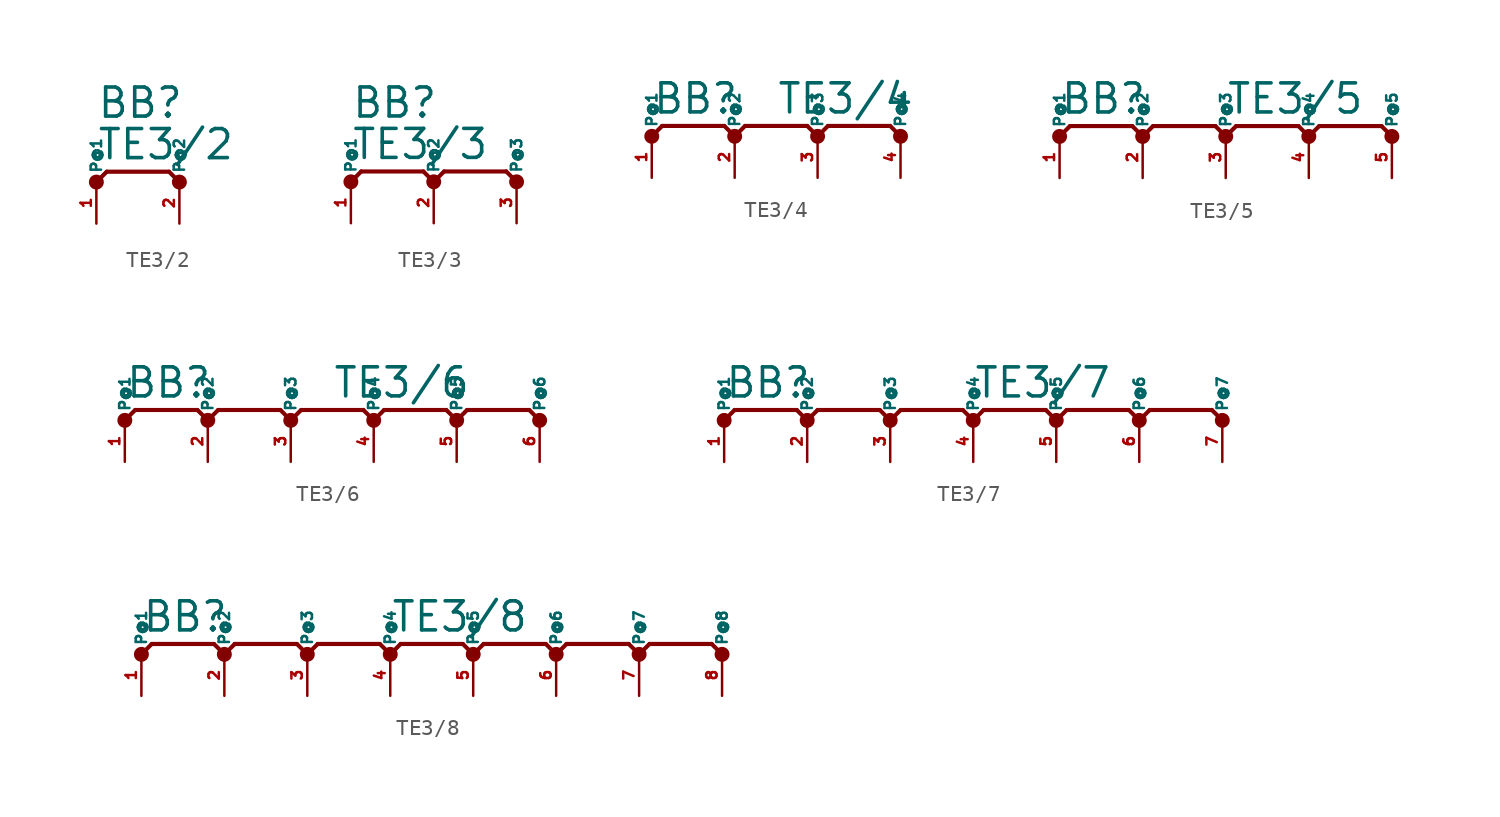
<source format=kicad_sym>
(kicad_symbol_lib
  (version 20220914)
  (generator Eagle2Kicad)
  (symbol "TE3/2"
    (property "Reference" "BB"
      (at -2.54 3.81 0)
      (effects (font (size 1.778 1.778) (thickness 0.22)) (justify left bottom)))
    (property "Value" "TE3/2"
      (at -2.54 1.27 0)
      (effects (font (size 1.778 1.778) (thickness 0.22)) (justify left bottom)))
    (polyline
      (pts (xy 2.54 0) (xy 1.905 0.635))
      (stroke (width 0.254) (type default))
      (fill (type none)))
    (polyline
      (pts (xy 1.905 0.635) (xy -1.905 0.635))
      (stroke (width 0.254) (type default))
      (fill (type none)))
    (polyline
      (pts (xy -1.905 0.635) (xy -2.54 0))
      (stroke (width 0.254) (type default))
      (fill (type none)))
    (circle
      (center -2.54 0)
      (radius 0.254)
      (stroke (width 0.406) (type default))
      (fill (type none)))
    (circle
      (center 2.54 0)
      (radius 0.254)
      (stroke (width 0.406) (type default))
      (fill (type none)))
    (pin passive line
      (at -2.54 -2.54 90)
      (length 2.54)
      (name "P@1" (effects (font (size 0.635 0.635) (thickness 0.08)) (justify left bottom)))
      (number "1" (effects (font (size 0.635 0.635) (thickness 0.08)) (justify left bottom))))
    (pin passive line
      (at 2.54 -2.54 90)
      (length 2.54)
      (name "P@2" (effects (font (size 0.635 0.635) (thickness 0.08)) (justify left bottom)))
      (number "2" (effects (font (size 0.635 0.635) (thickness 0.08)) (justify left bottom)))))
  (symbol "TE3/3"
    (property "Reference" "BB"
      (at -5.08 3.81 0)
      (effects (font (size 1.778 1.778) (thickness 0.22)) (justify left bottom)))
    (property "Value" "TE3/3"
      (at -5.08 1.27 0)
      (effects (font (size 1.778 1.778) (thickness 0.22)) (justify left bottom)))
    (polyline
      (pts (xy 5.08 0) (xy 4.445 0.635))
      (stroke (width 0.254) (type default))
      (fill (type none)))
    (polyline
      (pts (xy 4.445 0.635) (xy 0.635 0.635))
      (stroke (width 0.254) (type default))
      (fill (type none)))
    (polyline
      (pts (xy 0.635 0.635) (xy 0 0))
      (stroke (width 0.254) (type default))
      (fill (type none)))
    (polyline
      (pts (xy 0 0) (xy -0.635 0.635))
      (stroke (width 0.254) (type default))
      (fill (type none)))
    (polyline
      (pts (xy -0.635 0.635) (xy -4.445 0.635))
      (stroke (width 0.254) (type default))
      (fill (type none)))
    (polyline
      (pts (xy -4.445 0.635) (xy -5.08 0))
      (stroke (width 0.254) (type default))
      (fill (type none)))
    (circle
      (center -5.08 0)
      (radius 0.254)
      (stroke (width 0.406) (type default))
      (fill (type none)))
    (circle
      (center 0 0)
      (radius 0.254)
      (stroke (width 0.406) (type default))
      (fill (type none)))
    (circle
      (center 5.08 0)
      (radius 0.254)
      (stroke (width 0.406) (type default))
      (fill (type none)))
    (pin passive line
      (at -5.08 -2.54 90)
      (length 2.54)
      (name "P@1" (effects (font (size 0.635 0.635) (thickness 0.08)) (justify left bottom)))
      (number "1" (effects (font (size 0.635 0.635) (thickness 0.08)) (justify left bottom))))
    (pin passive line
      (at 0 -2.54 90)
      (length 2.54)
      (name "P@2" (effects (font (size 0.635 0.635) (thickness 0.08)) (justify left bottom)))
      (number "2" (effects (font (size 0.635 0.635) (thickness 0.08)) (justify left bottom))))
    (pin passive line
      (at 5.08 -2.54 90)
      (length 2.54)
      (name "P@3" (effects (font (size 0.635 0.635) (thickness 0.08)) (justify left bottom)))
      (number "3" (effects (font (size 0.635 0.635) (thickness 0.08)) (justify left bottom)))))
  (symbol "TE3/4"
    (property "Reference" "BB"
      (at -7.62 1.27 0)
      (effects (font (size 1.778 1.778) (thickness 0.22)) (justify left bottom)))
    (property "Value" "TE3/4"
      (at 0 1.27 0)
      (effects (font (size 1.778 1.778) (thickness 0.22)) (justify left bottom)))
    (polyline
      (pts (xy 7.62 0) (xy 6.985 0.635))
      (stroke (width 0.254) (type default))
      (fill (type none)))
    (polyline
      (pts (xy 6.985 0.635) (xy 3.175 0.635))
      (stroke (width 0.254) (type default))
      (fill (type none)))
    (polyline
      (pts (xy 3.175 0.635) (xy 2.54 0))
      (stroke (width 0.254) (type default))
      (fill (type none)))
    (polyline
      (pts (xy 2.54 0) (xy 1.905 0.635))
      (stroke (width 0.254) (type default))
      (fill (type none)))
    (polyline
      (pts (xy 1.905 0.635) (xy -1.905 0.635))
      (stroke (width 0.254) (type default))
      (fill (type none)))
    (polyline
      (pts (xy -1.905 0.635) (xy -2.54 0))
      (stroke (width 0.254) (type default))
      (fill (type none)))
    (polyline
      (pts (xy -2.54 0) (xy -3.175 0.635))
      (stroke (width 0.254) (type default))
      (fill (type none)))
    (polyline
      (pts (xy -3.175 0.635) (xy -6.985 0.635))
      (stroke (width 0.254) (type default))
      (fill (type none)))
    (polyline
      (pts (xy -6.985 0.635) (xy -7.62 0))
      (stroke (width 0.254) (type default))
      (fill (type none)))
    (circle
      (center -7.62 0)
      (radius 0.254)
      (stroke (width 0.406) (type default))
      (fill (type none)))
    (circle
      (center -2.54 0)
      (radius 0.254)
      (stroke (width 0.406) (type default))
      (fill (type none)))
    (circle
      (center 2.54 0)
      (radius 0.254)
      (stroke (width 0.406) (type default))
      (fill (type none)))
    (circle
      (center 7.62 0)
      (radius 0.254)
      (stroke (width 0.406) (type default))
      (fill (type none)))
    (pin passive line
      (at -7.62 -2.54 90)
      (length 2.54)
      (name "P@1" (effects (font (size 0.635 0.635) (thickness 0.08)) (justify left bottom)))
      (number "1" (effects (font (size 0.635 0.635) (thickness 0.08)) (justify left bottom))))
    (pin passive line
      (at -2.54 -2.54 90)
      (length 2.54)
      (name "P@2" (effects (font (size 0.635 0.635) (thickness 0.08)) (justify left bottom)))
      (number "2" (effects (font (size 0.635 0.635) (thickness 0.08)) (justify left bottom))))
    (pin passive line
      (at 2.54 -2.54 90)
      (length 2.54)
      (name "P@3" (effects (font (size 0.635 0.635) (thickness 0.08)) (justify left bottom)))
      (number "3" (effects (font (size 0.635 0.635) (thickness 0.08)) (justify left bottom))))
    (pin passive line
      (at 7.62 -2.54 90)
      (length 2.54)
      (name "P@4" (effects (font (size 0.635 0.635) (thickness 0.08)) (justify left bottom)))
      (number "4" (effects (font (size 0.635 0.635) (thickness 0.08)) (justify left bottom)))))
  (symbol "TE3/5"
    (property "Reference" "BB"
      (at -10.16 1.27 0)
      (effects (font (size 1.778 1.778) (thickness 0.22)) (justify left bottom)))
    (property "Value" "TE3/5"
      (at 0 1.27 0)
      (effects (font (size 1.778 1.778) (thickness 0.22)) (justify left bottom)))
    (polyline
      (pts (xy 5.08 0) (xy 4.445 0.635))
      (stroke (width 0.254) (type default))
      (fill (type none)))
    (polyline
      (pts (xy 4.445 0.635) (xy 0.635 0.635))
      (stroke (width 0.254) (type default))
      (fill (type none)))
    (polyline
      (pts (xy 0.635 0.635) (xy 0 0))
      (stroke (width 0.254) (type default))
      (fill (type none)))
    (polyline
      (pts (xy 0 0) (xy -0.635 0.635))
      (stroke (width 0.254) (type default))
      (fill (type none)))
    (polyline
      (pts (xy -0.635 0.635) (xy -4.445 0.635))
      (stroke (width 0.254) (type default))
      (fill (type none)))
    (polyline
      (pts (xy -4.445 0.635) (xy -5.08 0))
      (stroke (width 0.254) (type default))
      (fill (type none)))
    (polyline
      (pts (xy -5.08 0) (xy -5.715 0.635))
      (stroke (width 0.254) (type default))
      (fill (type none)))
    (polyline
      (pts (xy -5.715 0.635) (xy -9.525 0.635))
      (stroke (width 0.254) (type default))
      (fill (type none)))
    (polyline
      (pts (xy -9.525 0.635) (xy -10.16 0))
      (stroke (width 0.254) (type default))
      (fill (type none)))
    (polyline
      (pts (xy 10.16 0) (xy 9.525 0.635))
      (stroke (width 0.254) (type default))
      (fill (type none)))
    (polyline
      (pts (xy 9.525 0.635) (xy 5.715 0.635))
      (stroke (width 0.254) (type default))
      (fill (type none)))
    (polyline
      (pts (xy 5.715 0.635) (xy 5.08 0))
      (stroke (width 0.254) (type default))
      (fill (type none)))
    (circle
      (center -10.16 0)
      (radius 0.254)
      (stroke (width 0.406) (type default))
      (fill (type none)))
    (circle
      (center -5.08 0)
      (radius 0.254)
      (stroke (width 0.406) (type default))
      (fill (type none)))
    (circle
      (center 0 0)
      (radius 0.254)
      (stroke (width 0.406) (type default))
      (fill (type none)))
    (circle
      (center 5.08 0)
      (radius 0.254)
      (stroke (width 0.406) (type default))
      (fill (type none)))
    (circle
      (center 10.16 0)
      (radius 0.254)
      (stroke (width 0.406) (type default))
      (fill (type none)))
    (pin passive line
      (at -10.16 -2.54 90)
      (length 2.54)
      (name "P@1" (effects (font (size 0.635 0.635) (thickness 0.08)) (justify left bottom)))
      (number "1" (effects (font (size 0.635 0.635) (thickness 0.08)) (justify left bottom))))
    (pin passive line
      (at -5.08 -2.54 90)
      (length 2.54)
      (name "P@2" (effects (font (size 0.635 0.635) (thickness 0.08)) (justify left bottom)))
      (number "2" (effects (font (size 0.635 0.635) (thickness 0.08)) (justify left bottom))))
    (pin passive line
      (at 0 -2.54 90)
      (length 2.54)
      (name "P@3" (effects (font (size 0.635 0.635) (thickness 0.08)) (justify left bottom)))
      (number "3" (effects (font (size 0.635 0.635) (thickness 0.08)) (justify left bottom))))
    (pin passive line
      (at 5.08 -2.54 90)
      (length 2.54)
      (name "P@4" (effects (font (size 0.635 0.635) (thickness 0.08)) (justify left bottom)))
      (number "4" (effects (font (size 0.635 0.635) (thickness 0.08)) (justify left bottom))))
    (pin passive line
      (at 10.16 -2.54 90)
      (length 2.54)
      (name "P@5" (effects (font (size 0.635 0.635) (thickness 0.08)) (justify left bottom)))
      (number "5" (effects (font (size 0.635 0.635) (thickness 0.08)) (justify left bottom)))))
  (symbol "TE3/6"
    (property "Reference" "BB"
      (at -12.7 1.27 0)
      (effects (font (size 1.778 1.778) (thickness 0.22)) (justify left bottom)))
    (property "Value" "TE3/6"
      (at 0 1.27 0)
      (effects (font (size 1.778 1.778) (thickness 0.22)) (justify left bottom)))
    (polyline
      (pts (xy -7.62 0) (xy -8.255 0.635))
      (stroke (width 0.254) (type default))
      (fill (type none)))
    (polyline
      (pts (xy -8.255 0.635) (xy -12.065 0.635))
      (stroke (width 0.254) (type default))
      (fill (type none)))
    (polyline
      (pts (xy -12.065 0.635) (xy -12.7 0))
      (stroke (width 0.254) (type default))
      (fill (type none)))
    (polyline
      (pts (xy 12.7 0) (xy 12.065 0.635))
      (stroke (width 0.254) (type default))
      (fill (type none)))
    (polyline
      (pts (xy 12.065 0.635) (xy 8.255 0.635))
      (stroke (width 0.254) (type default))
      (fill (type none)))
    (polyline
      (pts (xy 8.255 0.635) (xy 7.62 0))
      (stroke (width 0.254) (type default))
      (fill (type none)))
    (polyline
      (pts (xy 7.62 0) (xy 6.985 0.635))
      (stroke (width 0.254) (type default))
      (fill (type none)))
    (polyline
      (pts (xy 6.985 0.635) (xy 3.175 0.635))
      (stroke (width 0.254) (type default))
      (fill (type none)))
    (polyline
      (pts (xy 3.175 0.635) (xy 2.54 0))
      (stroke (width 0.254) (type default))
      (fill (type none)))
    (polyline
      (pts (xy 2.54 0) (xy 1.905 0.635))
      (stroke (width 0.254) (type default))
      (fill (type none)))
    (polyline
      (pts (xy 1.905 0.635) (xy -1.905 0.635))
      (stroke (width 0.254) (type default))
      (fill (type none)))
    (polyline
      (pts (xy -1.905 0.635) (xy -2.54 0))
      (stroke (width 0.254) (type default))
      (fill (type none)))
    (polyline
      (pts (xy -2.54 0) (xy -3.175 0.635))
      (stroke (width 0.254) (type default))
      (fill (type none)))
    (polyline
      (pts (xy -3.175 0.635) (xy -6.985 0.635))
      (stroke (width 0.254) (type default))
      (fill (type none)))
    (polyline
      (pts (xy -6.985 0.635) (xy -7.62 0))
      (stroke (width 0.254) (type default))
      (fill (type none)))
    (circle
      (center -12.7 0)
      (radius 0.254)
      (stroke (width 0.406) (type default))
      (fill (type none)))
    (circle
      (center -7.62 0)
      (radius 0.254)
      (stroke (width 0.406) (type default))
      (fill (type none)))
    (circle
      (center -2.54 0)
      (radius 0.254)
      (stroke (width 0.406) (type default))
      (fill (type none)))
    (circle
      (center 2.54 0)
      (radius 0.254)
      (stroke (width 0.406) (type default))
      (fill (type none)))
    (circle
      (center 7.62 0)
      (radius 0.254)
      (stroke (width 0.406) (type default))
      (fill (type none)))
    (circle
      (center 12.7 0)
      (radius 0.254)
      (stroke (width 0.406) (type default))
      (fill (type none)))
    (pin passive line
      (at -12.7 -2.54 90)
      (length 2.54)
      (name "P@1" (effects (font (size 0.635 0.635) (thickness 0.08)) (justify left bottom)))
      (number "1" (effects (font (size 0.635 0.635) (thickness 0.08)) (justify left bottom))))
    (pin passive line
      (at -7.62 -2.54 90)
      (length 2.54)
      (name "P@2" (effects (font (size 0.635 0.635) (thickness 0.08)) (justify left bottom)))
      (number "2" (effects (font (size 0.635 0.635) (thickness 0.08)) (justify left bottom))))
    (pin passive line
      (at -2.54 -2.54 90)
      (length 2.54)
      (name "P@3" (effects (font (size 0.635 0.635) (thickness 0.08)) (justify left bottom)))
      (number "3" (effects (font (size 0.635 0.635) (thickness 0.08)) (justify left bottom))))
    (pin passive line
      (at 2.54 -2.54 90)
      (length 2.54)
      (name "P@4" (effects (font (size 0.635 0.635) (thickness 0.08)) (justify left bottom)))
      (number "4" (effects (font (size 0.635 0.635) (thickness 0.08)) (justify left bottom))))
    (pin passive line
      (at 7.62 -2.54 90)
      (length 2.54)
      (name "P@5" (effects (font (size 0.635 0.635) (thickness 0.08)) (justify left bottom)))
      (number "5" (effects (font (size 0.635 0.635) (thickness 0.08)) (justify left bottom))))
    (pin passive line
      (at 12.7 -2.54 90)
      (length 2.54)
      (name "P@6" (effects (font (size 0.635 0.635) (thickness 0.08)) (justify left bottom)))
      (number "6" (effects (font (size 0.635 0.635) (thickness 0.08)) (justify left bottom)))))
  (symbol "TE3/7"
    (property "Reference" "BB"
      (at -15.24 1.27 0)
      (effects (font (size 1.778 1.778) (thickness 0.22)) (justify left bottom)))
    (property "Value" "TE3/7"
      (at 0 1.27 0)
      (effects (font (size 1.778 1.778) (thickness 0.22)) (justify left bottom)))
    (polyline
      (pts (xy -10.16 0) (xy -10.795 0.635))
      (stroke (width 0.254) (type default))
      (fill (type none)))
    (polyline
      (pts (xy -10.795 0.635) (xy -14.605 0.635))
      (stroke (width 0.254) (type default))
      (fill (type none)))
    (polyline
      (pts (xy -14.605 0.635) (xy -15.24 0))
      (stroke (width 0.254) (type default))
      (fill (type none)))
    (polyline
      (pts (xy 15.24 0) (xy 14.605 0.635))
      (stroke (width 0.254) (type default))
      (fill (type none)))
    (polyline
      (pts (xy 14.605 0.635) (xy 10.795 0.635))
      (stroke (width 0.254) (type default))
      (fill (type none)))
    (polyline
      (pts (xy 10.795 0.635) (xy 10.16 0))
      (stroke (width 0.254) (type default))
      (fill (type none)))
    (polyline
      (pts (xy 10.16 0) (xy 9.525 0.635))
      (stroke (width 0.254) (type default))
      (fill (type none)))
    (polyline
      (pts (xy 9.525 0.635) (xy 5.715 0.635))
      (stroke (width 0.254) (type default))
      (fill (type none)))
    (polyline
      (pts (xy 5.715 0.635) (xy 5.08 0))
      (stroke (width 0.254) (type default))
      (fill (type none)))
    (polyline
      (pts (xy 5.08 0) (xy 4.445 0.635))
      (stroke (width 0.254) (type default))
      (fill (type none)))
    (polyline
      (pts (xy 4.445 0.635) (xy 0.635 0.635))
      (stroke (width 0.254) (type default))
      (fill (type none)))
    (polyline
      (pts (xy 0.635 0.635) (xy 0 0))
      (stroke (width 0.254) (type default))
      (fill (type none)))
    (polyline
      (pts (xy 0 0) (xy -0.635 0.635))
      (stroke (width 0.254) (type default))
      (fill (type none)))
    (polyline
      (pts (xy -0.635 0.635) (xy -4.445 0.635))
      (stroke (width 0.254) (type default))
      (fill (type none)))
    (polyline
      (pts (xy -4.445 0.635) (xy -5.08 0))
      (stroke (width 0.254) (type default))
      (fill (type none)))
    (polyline
      (pts (xy -5.08 0) (xy -5.715 0.635))
      (stroke (width 0.254) (type default))
      (fill (type none)))
    (polyline
      (pts (xy -5.715 0.635) (xy -9.525 0.635))
      (stroke (width 0.254) (type default))
      (fill (type none)))
    (polyline
      (pts (xy -9.525 0.635) (xy -10.16 0))
      (stroke (width 0.254) (type default))
      (fill (type none)))
    (circle
      (center -15.24 0)
      (radius 0.254)
      (stroke (width 0.406) (type default))
      (fill (type none)))
    (circle
      (center -10.16 0)
      (radius 0.254)
      (stroke (width 0.406) (type default))
      (fill (type none)))
    (circle
      (center -5.08 0)
      (radius 0.254)
      (stroke (width 0.406) (type default))
      (fill (type none)))
    (circle
      (center 0 0)
      (radius 0.254)
      (stroke (width 0.406) (type default))
      (fill (type none)))
    (circle
      (center 5.08 0)
      (radius 0.254)
      (stroke (width 0.406) (type default))
      (fill (type none)))
    (circle
      (center 10.16 0)
      (radius 0.254)
      (stroke (width 0.406) (type default))
      (fill (type none)))
    (circle
      (center 15.24 0)
      (radius 0.254)
      (stroke (width 0.406) (type default))
      (fill (type none)))
    (pin passive line
      (at -5.08 -2.54 90)
      (length 2.54)
      (name "P@3" (effects (font (size 0.635 0.635) (thickness 0.08)) (justify left bottom)))
      (number "3" (effects (font (size 0.635 0.635) (thickness 0.08)) (justify left bottom))))
    (pin passive line
      (at 0 -2.54 90)
      (length 2.54)
      (name "P@4" (effects (font (size 0.635 0.635) (thickness 0.08)) (justify left bottom)))
      (number "4" (effects (font (size 0.635 0.635) (thickness 0.08)) (justify left bottom))))
    (pin passive line
      (at 5.08 -2.54 90)
      (length 2.54)
      (name "P@5" (effects (font (size 0.635 0.635) (thickness 0.08)) (justify left bottom)))
      (number "5" (effects (font (size 0.635 0.635) (thickness 0.08)) (justify left bottom))))
    (pin passive line
      (at 10.16 -2.54 90)
      (length 2.54)
      (name "P@6" (effects (font (size 0.635 0.635) (thickness 0.08)) (justify left bottom)))
      (number "6" (effects (font (size 0.635 0.635) (thickness 0.08)) (justify left bottom))))
    (pin passive line
      (at -15.24 -2.54 90)
      (length 2.54)
      (name "P@1" (effects (font (size 0.635 0.635) (thickness 0.08)) (justify left bottom)))
      (number "1" (effects (font (size 0.635 0.635) (thickness 0.08)) (justify left bottom))))
    (pin passive line
      (at -10.16 -2.54 90)
      (length 2.54)
      (name "P@2" (effects (font (size 0.635 0.635) (thickness 0.08)) (justify left bottom)))
      (number "2" (effects (font (size 0.635 0.635) (thickness 0.08)) (justify left bottom))))
    (pin passive line
      (at 15.24 -2.54 90)
      (length 2.54)
      (name "P@7" (effects (font (size 0.635 0.635) (thickness 0.08)) (justify left bottom)))
      (number "7" (effects (font (size 0.635 0.635) (thickness 0.08)) (justify left bottom)))))
  (symbol "TE3/8"
    (property "Reference" "BB"
      (at -17.78 1.27 0)
      (effects (font (size 1.778 1.778) (thickness 0.22)) (justify left bottom)))
    (property "Value" "TE3/8"
      (at -2.54 1.27 0)
      (effects (font (size 1.778 1.778) (thickness 0.22)) (justify left bottom)))
    (polyline
      (pts (xy -12.7 0) (xy -13.335 0.635))
      (stroke (width 0.254) (type default))
      (fill (type none)))
    (polyline
      (pts (xy -13.335 0.635) (xy -17.145 0.635))
      (stroke (width 0.254) (type default))
      (fill (type none)))
    (polyline
      (pts (xy -17.145 0.635) (xy -17.78 0))
      (stroke (width 0.254) (type default))
      (fill (type none)))
    (polyline
      (pts (xy 17.78 0) (xy 17.145 0.635))
      (stroke (width 0.254) (type default))
      (fill (type none)))
    (polyline
      (pts (xy 17.145 0.635) (xy 13.335 0.635))
      (stroke (width 0.254) (type default))
      (fill (type none)))
    (polyline
      (pts (xy 13.335 0.635) (xy 12.7 0))
      (stroke (width 0.254) (type default))
      (fill (type none)))
    (polyline
      (pts (xy 12.7 0) (xy 12.065 0.635))
      (stroke (width 0.254) (type default))
      (fill (type none)))
    (polyline
      (pts (xy 12.065 0.635) (xy 8.255 0.635))
      (stroke (width 0.254) (type default))
      (fill (type none)))
    (polyline
      (pts (xy 8.255 0.635) (xy 7.62 0))
      (stroke (width 0.254) (type default))
      (fill (type none)))
    (polyline
      (pts (xy 7.62 0) (xy 6.985 0.635))
      (stroke (width 0.254) (type default))
      (fill (type none)))
    (polyline
      (pts (xy 6.985 0.635) (xy 3.175 0.635))
      (stroke (width 0.254) (type default))
      (fill (type none)))
    (polyline
      (pts (xy 3.175 0.635) (xy 2.54 0))
      (stroke (width 0.254) (type default))
      (fill (type none)))
    (polyline
      (pts (xy 2.54 0) (xy 1.905 0.635))
      (stroke (width 0.254) (type default))
      (fill (type none)))
    (polyline
      (pts (xy 1.905 0.635) (xy -1.905 0.635))
      (stroke (width 0.254) (type default))
      (fill (type none)))
    (polyline
      (pts (xy -1.905 0.635) (xy -2.54 0))
      (stroke (width 0.254) (type default))
      (fill (type none)))
    (polyline
      (pts (xy -2.54 0) (xy -3.175 0.635))
      (stroke (width 0.254) (type default))
      (fill (type none)))
    (polyline
      (pts (xy -3.175 0.635) (xy -6.985 0.635))
      (stroke (width 0.254) (type default))
      (fill (type none)))
    (polyline
      (pts (xy -6.985 0.635) (xy -7.62 0))
      (stroke (width 0.254) (type default))
      (fill (type none)))
    (polyline
      (pts (xy -7.62 0) (xy -8.255 0.635))
      (stroke (width 0.254) (type default))
      (fill (type none)))
    (polyline
      (pts (xy -8.255 0.635) (xy -12.065 0.635))
      (stroke (width 0.254) (type default))
      (fill (type none)))
    (polyline
      (pts (xy -12.065 0.635) (xy -12.7 0))
      (stroke (width 0.254) (type default))
      (fill (type none)))
    (circle
      (center -17.78 0)
      (radius 0.254)
      (stroke (width 0.406) (type default))
      (fill (type none)))
    (circle
      (center -12.7 0)
      (radius 0.254)
      (stroke (width 0.406) (type default))
      (fill (type none)))
    (circle
      (center -7.62 0)
      (radius 0.254)
      (stroke (width 0.406) (type default))
      (fill (type none)))
    (circle
      (center -2.54 0)
      (radius 0.254)
      (stroke (width 0.406) (type default))
      (fill (type none)))
    (circle
      (center 2.54 0)
      (radius 0.254)
      (stroke (width 0.406) (type default))
      (fill (type none)))
    (circle
      (center 7.62 0)
      (radius 0.254)
      (stroke (width 0.406) (type default))
      (fill (type none)))
    (circle
      (center 12.7 0)
      (radius 0.254)
      (stroke (width 0.406) (type default))
      (fill (type none)))
    (circle
      (center 17.78 0)
      (radius 0.254)
      (stroke (width 0.406) (type default))
      (fill (type none)))
    (pin passive line
      (at -17.78 -2.54 90)
      (length 2.54)
      (name "P@1" (effects (font (size 0.635 0.635) (thickness 0.08)) (justify left bottom)))
      (number "1" (effects (font (size 0.635 0.635) (thickness 0.08)) (justify left bottom))))
    (pin passive line
      (at -12.7 -2.54 90)
      (length 2.54)
      (name "P@2" (effects (font (size 0.635 0.635) (thickness 0.08)) (justify left bottom)))
      (number "2" (effects (font (size 0.635 0.635) (thickness 0.08)) (justify left bottom))))
    (pin passive line
      (at -7.62 -2.54 90)
      (length 2.54)
      (name "P@3" (effects (font (size 0.635 0.635) (thickness 0.08)) (justify left bottom)))
      (number "3" (effects (font (size 0.635 0.635) (thickness 0.08)) (justify left bottom))))
    (pin passive line
      (at -2.54 -2.54 90)
      (length 2.54)
      (name "P@4" (effects (font (size 0.635 0.635) (thickness 0.08)) (justify left bottom)))
      (number "4" (effects (font (size 0.635 0.635) (thickness 0.08)) (justify left bottom))))
    (pin passive line
      (at 2.54 -2.54 90)
      (length 2.54)
      (name "P@5" (effects (font (size 0.635 0.635) (thickness 0.08)) (justify left bottom)))
      (number "5" (effects (font (size 0.635 0.635) (thickness 0.08)) (justify left bottom))))
    (pin passive line
      (at 7.62 -2.54 90)
      (length 2.54)
      (name "P@6" (effects (font (size 0.635 0.635) (thickness 0.08)) (justify left bottom)))
      (number "6" (effects (font (size 0.635 0.635) (thickness 0.08)) (justify left bottom))))
    (pin passive line
      (at 12.7 -2.54 90)
      (length 2.54)
      (name "P@7" (effects (font (size 0.635 0.635) (thickness 0.08)) (justify left bottom)))
      (number "7" (effects (font (size 0.635 0.635) (thickness 0.08)) (justify left bottom))))
    (pin passive line
      (at 17.78 -2.54 90)
      (length 2.54)
      (name "P@8" (effects (font (size 0.635 0.635) (thickness 0.08)) (justify left bottom)))
      (number "8" (effects (font (size 0.635 0.635) (thickness 0.08)) (justify left bottom))))))
</source>
